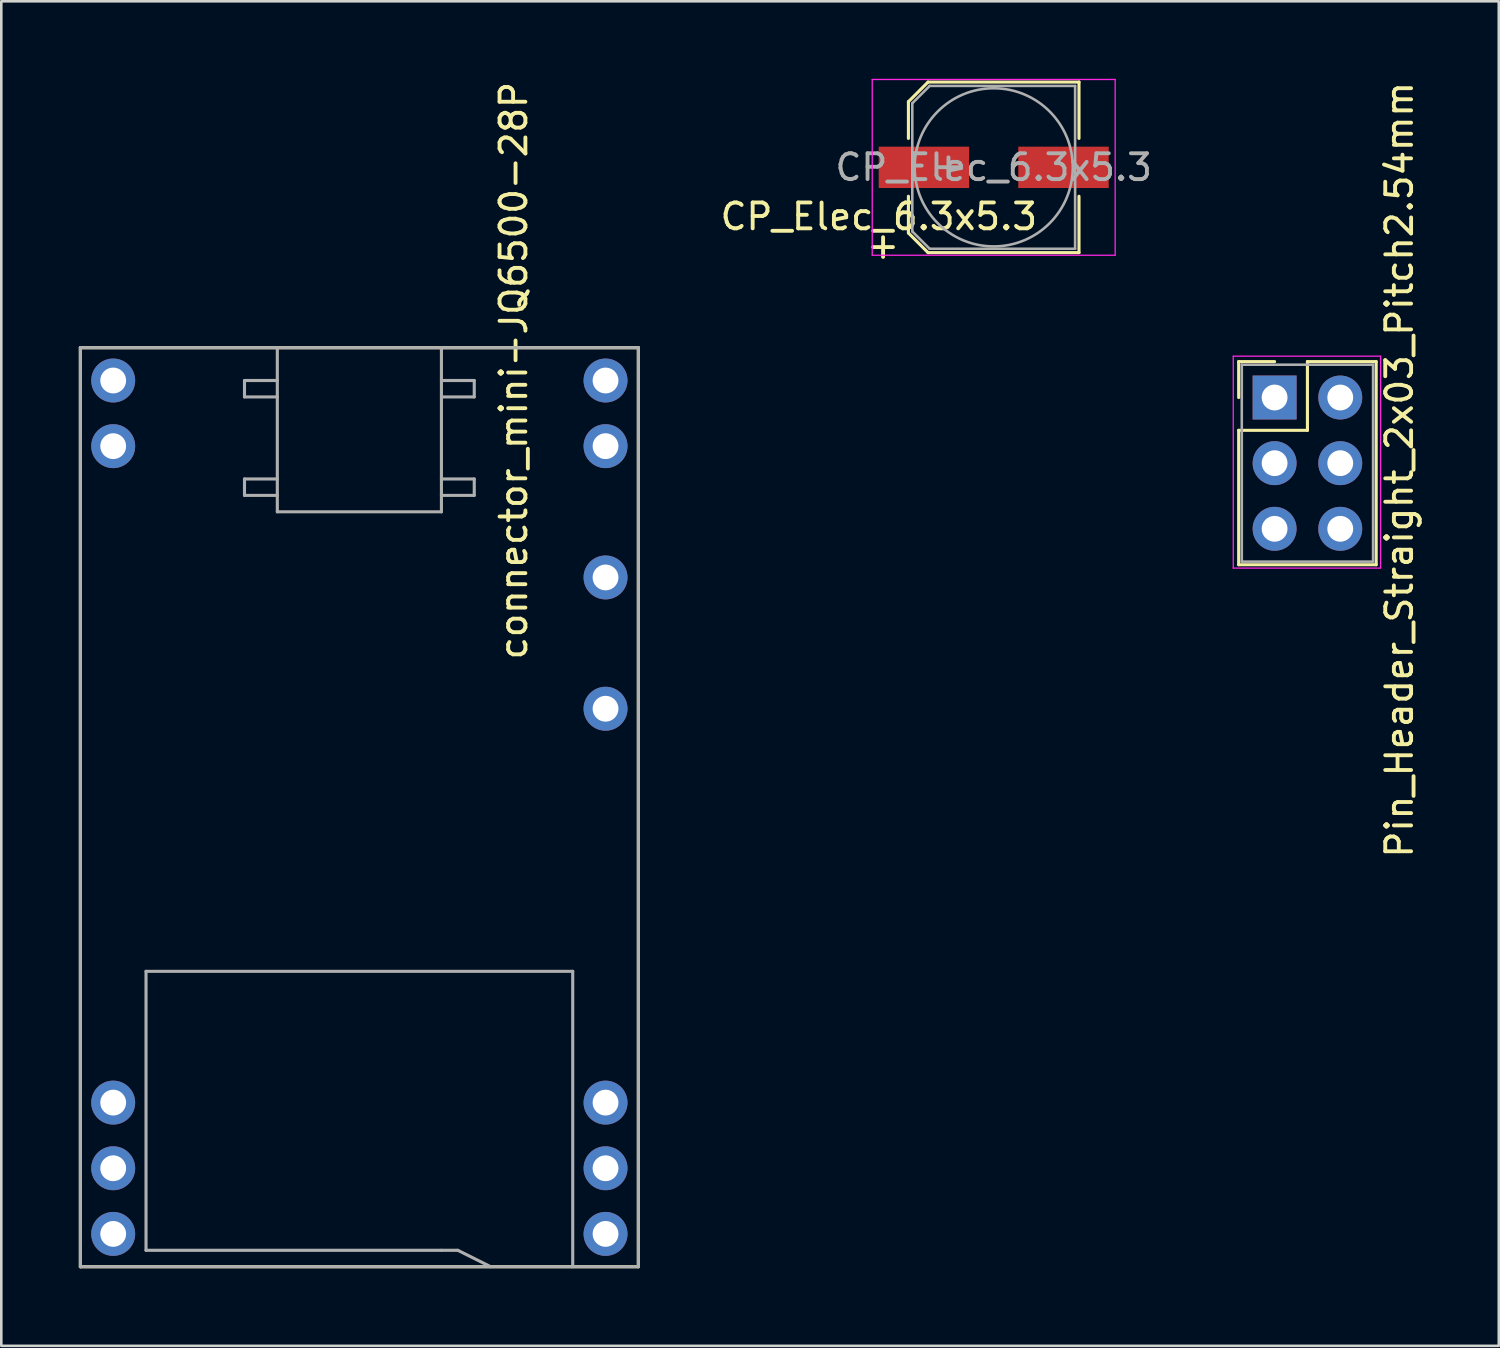
<source format=kicad_pcb>
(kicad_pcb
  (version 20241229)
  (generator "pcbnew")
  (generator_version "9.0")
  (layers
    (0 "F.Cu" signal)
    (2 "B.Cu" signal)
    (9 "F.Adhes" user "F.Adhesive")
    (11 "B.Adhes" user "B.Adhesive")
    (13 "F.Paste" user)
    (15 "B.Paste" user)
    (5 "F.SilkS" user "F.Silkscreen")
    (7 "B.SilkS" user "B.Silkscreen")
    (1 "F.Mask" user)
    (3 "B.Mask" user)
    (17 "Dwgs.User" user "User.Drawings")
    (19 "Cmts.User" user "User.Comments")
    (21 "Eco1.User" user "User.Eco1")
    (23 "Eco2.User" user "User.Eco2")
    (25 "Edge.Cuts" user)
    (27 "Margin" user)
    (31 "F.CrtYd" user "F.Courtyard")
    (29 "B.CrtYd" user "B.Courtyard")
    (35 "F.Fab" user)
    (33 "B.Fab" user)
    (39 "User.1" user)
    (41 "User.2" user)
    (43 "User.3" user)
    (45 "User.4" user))
  (footprint "connector_mini-JQ6500-28P"
    (layer "F.Cu")
    (at 11.49 9.133)
    (property "Reference" "connector_mini-JQ6500-28P" (at 5.334 2.159 90) (layer "F.SilkS") (effects (font (size 1 1) (thickness 0.15))))
    (attr through_hole)
    (fp_line (start -11.43 1.27) (end -11.43 36.83) (stroke (width 0.12) (type solid)) (layer "F.SilkS"))
    (fp_line (start -11.43 36.83) (end 10.16 36.83) (stroke (width 0.12) (type solid)) (layer "F.SilkS"))
    (fp_line (start 10.16 1.27) (end -11.43 1.27) (stroke (width 0.12) (type solid)) (layer "F.SilkS"))
    (fp_line (start 10.16 36.83) (end 10.16 1.27) (stroke (width 0.12) (type solid)) (layer "F.SilkS"))
    (fp_line (start -11.43 1.27) (end -11.43 36.83) (stroke (width 0.12) (type solid)) (layer "F.Fab"))
    (fp_line (start -11.43 36.83) (end 10.16 36.83) (stroke (width 0.12) (type solid)) (layer "F.Fab"))
    (fp_line (start -8.89 25.4) (end -8.89 36.195) (stroke (width 0.12) (type solid)) (layer "F.Fab"))
    (fp_line (start -8.89 25.4) (end 7.62 25.4) (stroke (width 0.12) (type solid)) (layer "F.Fab"))
    (fp_line (start -8.89 36.195) (end 2.54 36.195) (stroke (width 0.12) (type solid)) (layer "F.Fab"))
    (fp_line (start -5.08 2.54) (end -5.08 3.175) (stroke (width 0.12) (type solid)) (layer "F.Fab"))
    (fp_line (start -5.08 3.175) (end -3.81 3.175) (stroke (width 0.12) (type solid)) (layer "F.Fab"))
    (fp_line (start -5.08 6.35) (end -5.08 6.985) (stroke (width 0.12) (type solid)) (layer "F.Fab"))
    (fp_line (start -5.08 6.985) (end -3.81 6.985) (stroke (width 0.12) (type solid)) (layer "F.Fab"))
    (fp_line (start -3.81 1.27) (end -3.81 7.62) (stroke (width 0.12) (type solid)) (layer "F.Fab"))
    (fp_line (start -3.81 2.54) (end -5.08 2.54) (stroke (width 0.12) (type solid)) (layer "F.Fab"))
    (fp_line (start -3.81 6.35) (end -5.08 6.35) (stroke (width 0.12) (type solid)) (layer "F.Fab"))
    (fp_line (start -3.81 7.62) (end 2.54 7.62) (stroke (width 0.12) (type solid)) (layer "F.Fab"))
    (fp_line (start 2.54 2.54) (end 3.81 2.54) (stroke (width 0.12) (type solid)) (layer "F.Fab"))
    (fp_line (start 2.54 6.35) (end 3.81 6.35) (stroke (width 0.12) (type solid)) (layer "F.Fab"))
    (fp_line (start 2.54 7.62) (end 2.54 1.27) (stroke (width 0.12) (type solid)) (layer "F.Fab"))
    (fp_line (start 2.54 36.195) (end 3.175 36.195) (stroke (width 0.12) (type solid)) (layer "F.Fab"))
    (fp_line (start 3.175 36.195) (end 4.445 36.83) (stroke (width 0.12) (type solid)) (layer "F.Fab"))
    (fp_line (start 3.81 2.54) (end 3.81 3.175) (stroke (width 0.12) (type solid)) (layer "F.Fab"))
    (fp_line (start 3.81 3.175) (end 2.54 3.175) (stroke (width 0.12) (type solid)) (layer "F.Fab"))
    (fp_line (start 3.81 6.35) (end 3.81 6.985) (stroke (width 0.12) (type solid)) (layer "F.Fab"))
    (fp_line (start 3.81 6.985) (end 2.54 6.985) (stroke (width 0.12) (type solid)) (layer "F.Fab"))
    (fp_line (start 7.62 25.4) (end 7.62 36.83) (stroke (width 0.12) (type solid)) (layer "F.Fab"))
    (fp_line (start 10.16 1.27) (end -11.43 1.27) (stroke (width 0.12) (type solid)) (layer "F.Fab"))
    (fp_line (start 10.16 36.83) (end 10.16 1.27) (stroke (width 0.12) (type solid)) (layer "F.Fab"))
    (pad "BUSY" thru_hole circle (at 8.89 15.24) (size 1.7 1.7) (drill 1) (layers "*.Cu" "*.Mask"))
    (pad "DACL" thru_hole circle (at 8.89 5.08) (size 1.7 1.7) (drill 1) (layers "*.Cu" "*.Mask"))
    (pad "DACR" thru_hole circle (at 8.89 2.54) (size 1.7 1.7) (drill 1) (layers "*.Cu" "*.Mask"))
    (pad "GND" thru_hole circle (at -10.16 30.48) (size 1.7 1.7) (drill 1) (layers "*.Cu" "*.Mask"))
    (pad "GND" thru_hole circle (at -10.16 33.02) (size 1.7 1.7) (drill 1) (layers "*.Cu" "*.Mask"))
    (pad "GND" thru_hole circle (at 8.89 30.48) (size 1.7 1.7) (drill 1) (layers "*.Cu" "*.Mask"))
    (pad "GND" thru_hole circle (at 8.89 33.02) (size 1.7 1.7) (drill 1) (layers "*.Cu" "*.Mask"))
    (pad "RX" thru_hole circle (at 8.89 10.16) (size 1.7 1.7) (drill 1) (layers "*.Cu" "*.Mask"))
    (pad "SPK+" thru_hole circle (at -10.16 2.54) (size 1.7 1.7) (drill 1) (layers "*.Cu" "*.Mask"))
    (pad "SPK-" thru_hole circle (at -10.16 5.08) (size 1.7 1.7) (drill 1) (layers "*.Cu" "*.Mask"))
    (pad "VCC" thru_hole circle (at -10.16 35.56) (size 1.7 1.7) (drill 1) (layers "*.Cu" "*.Mask"))
    (pad "VCC" thru_hole circle (at 8.89 35.56) (size 1.7 1.7) (drill 1) (layers "*.Cu" "*.Mask")))
  (footprint "Pin_Header_Straight_2x03_Pitch2.54mm"
    (layer "F.Cu")
    (at 46.268 12.331)
    (property "Reference" "Pin_Header_Straight_2x03_Pitch2.54mm" (at 4.826 2.794 270) (layer "F.SilkS") (effects (font (size 1 1) (thickness 0.15))))
    (attr through_hole)
    (fp_line (start -1.39 -1.39) (end 0 -1.39) (stroke (width 0.12) (type solid)) (layer "F.SilkS"))
    (fp_line (start -1.39 0) (end -1.39 -1.39) (stroke (width 0.12) (type solid)) (layer "F.SilkS"))
    (fp_line (start -1.39 1.27) (end -1.39 6.47) (stroke (width 0.12) (type solid)) (layer "F.SilkS"))
    (fp_line (start -1.39 6.47) (end 3.93 6.47) (stroke (width 0.12) (type solid)) (layer "F.SilkS"))
    (fp_line (start 1.27 -1.39) (end 1.27 1.27) (stroke (width 0.12) (type solid)) (layer "F.SilkS"))
    (fp_line (start 1.27 1.27) (end -1.39 1.27) (stroke (width 0.12) (type solid)) (layer "F.SilkS"))
    (fp_line (start 3.93 -1.39) (end 1.27 -1.39) (stroke (width 0.12) (type solid)) (layer "F.SilkS"))
    (fp_line (start 3.93 6.47) (end 3.93 -1.39) (stroke (width 0.12) (type solid)) (layer "F.SilkS"))
    (fp_line (start -1.6 -1.6) (end -1.6 6.6) (stroke (width 0.05) (type solid)) (layer "F.CrtYd"))
    (fp_line (start -1.6 6.6) (end 4.1 6.6) (stroke (width 0.05) (type solid)) (layer "F.CrtYd"))
    (fp_line (start 4.1 -1.6) (end -1.6 -1.6) (stroke (width 0.05) (type solid)) (layer "F.CrtYd"))
    (fp_line (start 4.1 6.6) (end 4.1 -1.6) (stroke (width 0.05) (type solid)) (layer "F.CrtYd"))
    (fp_line (start -1.27 -1.27) (end -1.27 6.35) (stroke (width 0.1) (type solid)) (layer "F.Fab"))
    (fp_line (start -1.27 6.35) (end 3.81 6.35) (stroke (width 0.1) (type solid)) (layer "F.Fab"))
    (fp_line (start 3.81 -1.27) (end -1.27 -1.27) (stroke (width 0.1) (type solid)) (layer "F.Fab"))
    (fp_line (start 3.81 6.35) (end 3.81 -1.27) (stroke (width 0.1) (type solid)) (layer "F.Fab"))
    (pad "1" thru_hole rect (at 0 0) (size 1.7 1.7) (drill 1) (layers "*.Cu" "*.Mask"))
    (pad "2" thru_hole oval (at 2.54 0) (size 1.7 1.7) (drill 1) (layers "*.Cu" "*.Mask"))
    (pad "3" thru_hole oval (at 0 2.54) (size 1.7 1.7) (drill 1) (layers "*.Cu" "*.Mask"))
    (pad "4" thru_hole oval (at 2.54 2.54) (size 1.7 1.7) (drill 1) (layers "*.Cu" "*.Mask"))
    (pad "5" thru_hole oval (at 0 5.08) (size 1.7 1.7) (drill 1) (layers "*.Cu" "*.Mask"))
    (pad "6" thru_hole oval (at 2.54 5.08) (size 1.7 1.7) (drill 1) (layers "*.Cu" "*.Mask")))
  (footprint "CP_Elec_6.3x5.3"
    (layer "F.Cu")
    (at 35.399 3.425)
    (property "Reference" "CP_Elec_6.3x5.3" (at -4.445 1.905 0) (layer "F.SilkS") (effects (font (size 1 1) (thickness 0.15))))
    (attr smd)
    (fp_line (start -3.3 -2.54) (end -3.3 -1.12) (stroke (width 0.12) (type solid)) (layer "F.SilkS"))
    (fp_line (start -3.3 -2.54) (end -2.54 -3.3) (stroke (width 0.12) (type solid)) (layer "F.SilkS"))
    (fp_line (start -3.3 2.54) (end -3.3 1.12) (stroke (width 0.12) (type solid)) (layer "F.SilkS"))
    (fp_line (start -2.54 -3.3) (end 3.3 -3.3) (stroke (width 0.12) (type solid)) (layer "F.SilkS"))
    (fp_line (start -2.54 3.3) (end -3.3 2.54) (stroke (width 0.12) (type solid)) (layer "F.SilkS"))
    (fp_line (start 3.3 -3.3) (end 3.3 -1.12) (stroke (width 0.12) (type solid)) (layer "F.SilkS"))
    (fp_line (start 3.3 3.3) (end -2.54 3.3) (stroke (width 0.12) (type solid)) (layer "F.SilkS"))
    (fp_line (start 3.3 3.3) (end 3.3 1.12) (stroke (width 0.12) (type solid)) (layer "F.SilkS"))
    (fp_line (start -4.7 -3.4) (end -4.7 3.4) (stroke (width 0.05) (type solid)) (layer "F.CrtYd"))
    (fp_line (start -4.7 -3.4) (end 4.7 -3.4) (stroke (width 0.05) (type solid)) (layer "F.CrtYd"))
    (fp_line (start 4.7 3.4) (end -4.7 3.4) (stroke (width 0.05) (type solid)) (layer "F.CrtYd"))
    (fp_line (start 4.7 3.4) (end 4.7 -3.4) (stroke (width 0.05) (type solid)) (layer "F.CrtYd"))
    (fp_line (start -3.15 -2.48) (end -3.15 2.48) (stroke (width 0.1) (type solid)) (layer "F.Fab"))
    (fp_line (start -3.15 2.48) (end -2.48 3.15) (stroke (width 0.1) (type solid)) (layer "F.Fab"))
    (fp_line (start -2.48 -3.15) (end -3.15 -2.48) (stroke (width 0.1) (type solid)) (layer "F.Fab"))
    (fp_line (start -2.48 3.15) (end 3.15 3.15) (stroke (width 0.1) (type solid)) (layer "F.Fab"))
    (fp_line (start 3.15 -3.15) (end -2.48 -3.15) (stroke (width 0.1) (type solid)) (layer "F.Fab"))
    (fp_line (start 3.15 3.15) (end 3.15 -3.15) (stroke (width 0.1) (type solid)) (layer "F.Fab"))
    (fp_circle (center 0 0) (end 0.6 3) (stroke (width 0.1) (type solid)) (fill no) (layer "F.Fab"))
    (fp_text user "+" (at -4.28 3.01 0) (layer "F.SilkS") (effects (font (size 1 1) (thickness 0.15))))
    (fp_text user "+" (at -1.75 -0.08 0) (layer "F.Fab") (effects (font (size 1 1) (thickness 0.15))))
    (fp_text user "${REFERENCE}" (at 0 0 0) (layer "F.Fab") (effects (font (size 1 1) (thickness 0.15))))
    (pad "1" smd rect (at -2.7 0 180) (size 3.5 1.6) (layers "F.Cu" "F.Mask" "F.Paste"))
    (pad "2" smd rect (at 2.7 0 180) (size 3.5 1.6) (layers "F.Cu" "F.Mask" "F.Paste")))
  (gr_rect
    (start -3 -3)
    (end 54.942 49.023)
    (stroke (width 0.1) (type default))
    (fill no)
    (layer "Edge.Cuts")))
</source>
